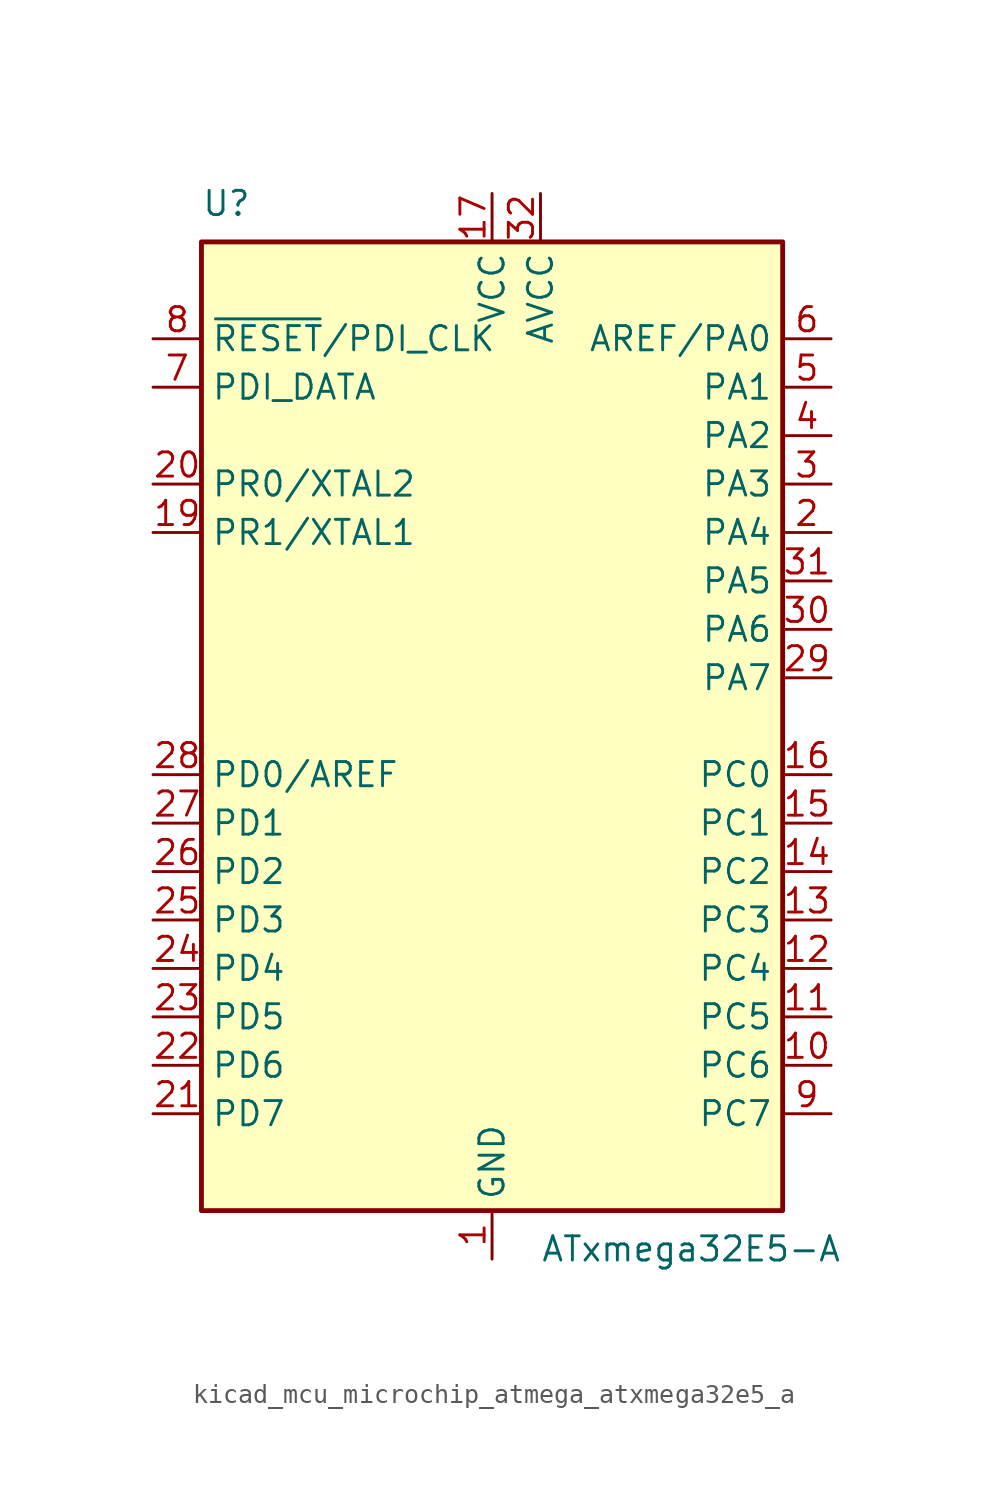
<source format=kicad_sym>
(kicad_symbol_lib
  (version 20220914)
  (generator kicad_symbol_editor)
  (symbol "kicad_mcu_microchip_atmega_atxmega32e5_a"
    (property "Reference" "U"
      (at -15.24 26.67 0)
      (effects (font (size 1.27 1.27)) (justify left bottom)))
    (property "Value" "ATxmega32E5-A"
      (at 2.54 -26.67 0)
      (effects (font (size 1.27 1.27)) (justify left top)))
    (symbol "kicad_mcu_microchip_atmega_atxmega32e5_a_0_1"
      (rectangle (start -15.24 -25.4) (end 15.24 25.4) (stroke (width 0.254) (type default)) (fill (type background))))
    (symbol "kicad_mcu_microchip_atmega_atxmega32e5_a_1_1"
      (pin power_in line (at 0 -27.94 90) (length 2.54) (name "GND" (effects (font (size 1.27 1.27)))) (number "1" (effects (font (size 1.27 1.27)))))
      (pin bidirectional line (at 17.78 -17.78 180) (length 2.54) (name "PC6" (effects (font (size 1.27 1.27)))) (number "10" (effects (font (size 1.27 1.27)))))
      (pin bidirectional line (at 17.78 -15.24 180) (length 2.54) (name "PC5" (effects (font (size 1.27 1.27)))) (number "11" (effects (font (size 1.27 1.27)))))
      (pin bidirectional line (at 17.78 -12.7 180) (length 2.54) (name "PC4" (effects (font (size 1.27 1.27)))) (number "12" (effects (font (size 1.27 1.27)))))
      (pin bidirectional line (at 17.78 -10.16 180) (length 2.54) (name "PC3" (effects (font (size 1.27 1.27)))) (number "13" (effects (font (size 1.27 1.27)))))
      (pin bidirectional line (at 17.78 -7.62 180) (length 2.54) (name "PC2" (effects (font (size 1.27 1.27)))) (number "14" (effects (font (size 1.27 1.27)))))
      (pin bidirectional line (at 17.78 -5.08 180) (length 2.54) (name "PC1" (effects (font (size 1.27 1.27)))) (number "15" (effects (font (size 1.27 1.27)))))
      (pin bidirectional line (at 17.78 -2.54 180) (length 2.54) (name "PC0" (effects (font (size 1.27 1.27)))) (number "16" (effects (font (size 1.27 1.27)))))
      (pin power_in line (at 0 27.94 270) (length 2.54) (name "VCC" (effects (font (size 1.27 1.27)))) (number "17" (effects (font (size 1.27 1.27)))))
      (pin passive line (at 0 -27.94 90) (length 2.54) hide (name "GND" (effects (font (size 1.27 1.27)))) (number "18" (effects (font (size 1.27 1.27)))))
      (pin bidirectional line (at -17.78 10.16 0) (length 2.54) (name "PR1/XTAL1" (effects (font (size 1.27 1.27)))) (number "19" (effects (font (size 1.27 1.27)))))
      (pin bidirectional line (at 17.78 10.16 180) (length 2.54) (name "PA4" (effects (font (size 1.27 1.27)))) (number "2" (effects (font (size 1.27 1.27)))))
      (pin bidirectional line (at -17.78 12.7 0) (length 2.54) (name "PR0/XTAL2" (effects (font (size 1.27 1.27)))) (number "20" (effects (font (size 1.27 1.27)))))
      (pin bidirectional line (at -17.78 -20.32 0) (length 2.54) (name "PD7" (effects (font (size 1.27 1.27)))) (number "21" (effects (font (size 1.27 1.27)))))
      (pin bidirectional line (at -17.78 -17.78 0) (length 2.54) (name "PD6" (effects (font (size 1.27 1.27)))) (number "22" (effects (font (size 1.27 1.27)))))
      (pin bidirectional line (at -17.78 -15.24 0) (length 2.54) (name "PD5" (effects (font (size 1.27 1.27)))) (number "23" (effects (font (size 1.27 1.27)))))
      (pin bidirectional line (at -17.78 -12.7 0) (length 2.54) (name "PD4" (effects (font (size 1.27 1.27)))) (number "24" (effects (font (size 1.27 1.27)))))
      (pin bidirectional line (at -17.78 -10.16 0) (length 2.54) (name "PD3" (effects (font (size 1.27 1.27)))) (number "25" (effects (font (size 1.27 1.27)))))
      (pin bidirectional line (at -17.78 -7.62 0) (length 2.54) (name "PD2" (effects (font (size 1.27 1.27)))) (number "26" (effects (font (size 1.27 1.27)))))
      (pin bidirectional line (at -17.78 -5.08 0) (length 2.54) (name "PD1" (effects (font (size 1.27 1.27)))) (number "27" (effects (font (size 1.27 1.27)))))
      (pin bidirectional line (at -17.78 -2.54 0) (length 2.54) (name "PD0/AREF" (effects (font (size 1.27 1.27)))) (number "28" (effects (font (size 1.27 1.27)))))
      (pin bidirectional line (at 17.78 2.54 180) (length 2.54) (name "PA7" (effects (font (size 1.27 1.27)))) (number "29" (effects (font (size 1.27 1.27)))))
      (pin bidirectional line (at 17.78 12.7 180) (length 2.54) (name "PA3" (effects (font (size 1.27 1.27)))) (number "3" (effects (font (size 1.27 1.27)))))
      (pin bidirectional line (at 17.78 5.08 180) (length 2.54) (name "PA6" (effects (font (size 1.27 1.27)))) (number "30" (effects (font (size 1.27 1.27)))))
      (pin bidirectional line (at 17.78 7.62 180) (length 2.54) (name "PA5" (effects (font (size 1.27 1.27)))) (number "31" (effects (font (size 1.27 1.27)))))
      (pin power_in line (at 2.54 27.94 270) (length 2.54) (name "AVCC" (effects (font (size 1.27 1.27)))) (number "32" (effects (font (size 1.27 1.27)))))
      (pin bidirectional line (at 17.78 15.24 180) (length 2.54) (name "PA2" (effects (font (size 1.27 1.27)))) (number "4" (effects (font (size 1.27 1.27)))))
      (pin bidirectional line (at 17.78 17.78 180) (length 2.54) (name "PA1" (effects (font (size 1.27 1.27)))) (number "5" (effects (font (size 1.27 1.27)))))
      (pin bidirectional line (at 17.78 20.32 180) (length 2.54) (name "AREF/PA0" (effects (font (size 1.27 1.27)))) (number "6" (effects (font (size 1.27 1.27)))))
      (pin bidirectional line (at -17.78 17.78 0) (length 2.54) (name "PDI_DATA" (effects (font (size 1.27 1.27)))) (number "7" (effects (font (size 1.27 1.27)))))
      (pin input line (at -17.78 20.32 0) (length 2.54) (name "~{RESET}/PDI_CLK" (effects (font (size 1.27 1.27)))) (number "8" (effects (font (size 1.27 1.27)))))
      (pin bidirectional line (at 17.78 -20.32 180) (length 2.54) (name "PC7" (effects (font (size 1.27 1.27)))) (number "9" (effects (font (size 1.27 1.27))))))))
</source>
